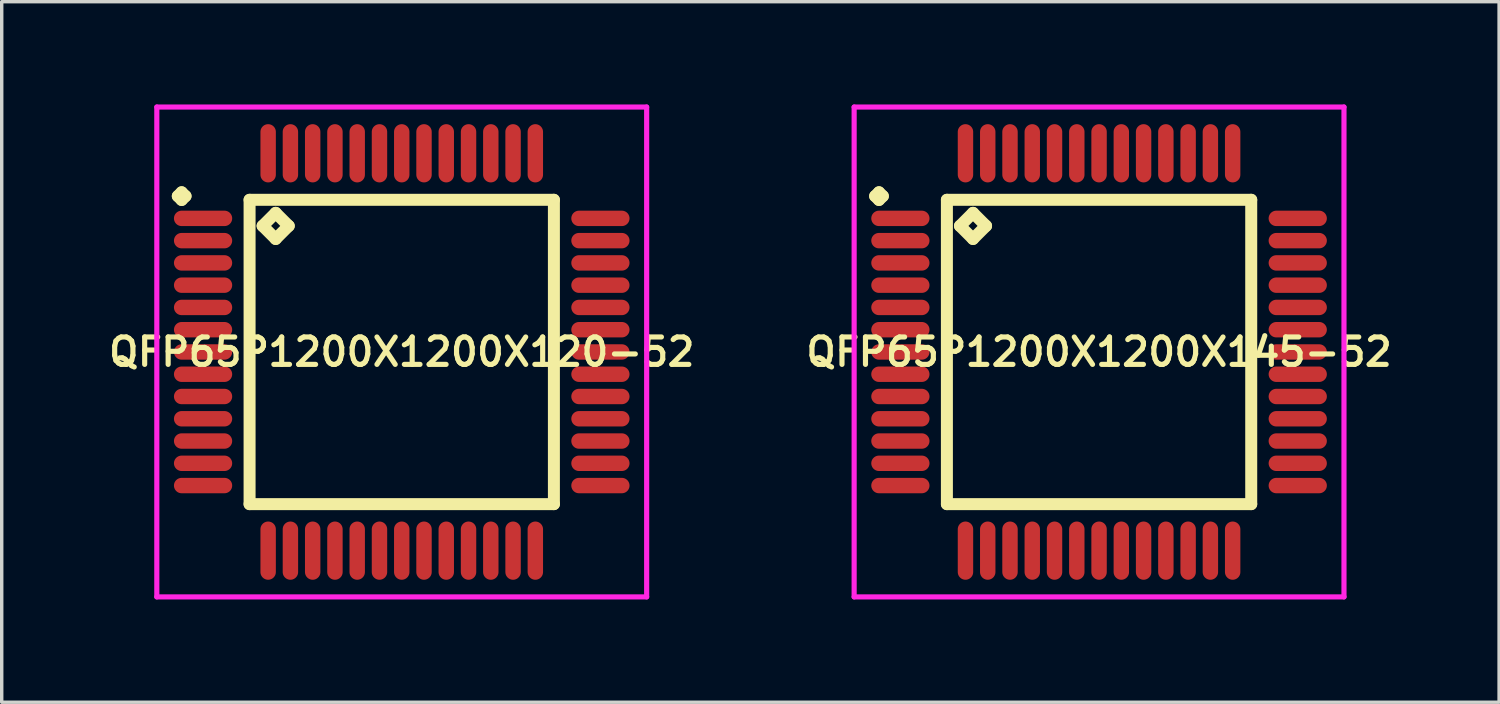
<source format=kicad_pcb>
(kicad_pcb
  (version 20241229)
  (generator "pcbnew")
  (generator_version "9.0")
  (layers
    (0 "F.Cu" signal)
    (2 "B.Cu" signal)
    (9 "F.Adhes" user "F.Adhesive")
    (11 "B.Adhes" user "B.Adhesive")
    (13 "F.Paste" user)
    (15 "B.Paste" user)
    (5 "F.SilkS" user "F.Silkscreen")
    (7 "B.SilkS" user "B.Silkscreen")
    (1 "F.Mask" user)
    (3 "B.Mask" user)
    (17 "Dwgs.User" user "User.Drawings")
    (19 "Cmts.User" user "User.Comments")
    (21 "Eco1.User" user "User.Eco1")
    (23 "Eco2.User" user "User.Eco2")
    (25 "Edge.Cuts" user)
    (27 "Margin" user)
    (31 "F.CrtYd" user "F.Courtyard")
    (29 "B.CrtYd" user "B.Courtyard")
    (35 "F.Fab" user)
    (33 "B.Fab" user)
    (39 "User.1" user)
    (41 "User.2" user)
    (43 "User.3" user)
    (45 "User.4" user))
  (footprint "QFP65P1200X1200X145-52"
    (layer "F.Cu")
    (at 29.035 7.225)
    (property "Reference" "QFP65P1200X1200X145-52" (at 0 0 0) (layer "F.SilkS") (effects (font (size 0.8 0.8) (thickness 0.15))))
    (attr smd)
    (fp_line (start -6.537 -4.55) (end -6.425 -4.662) (stroke (width 0.35) (type solid)) (layer "F.SilkS"))
    (fp_line (start -6.425 -4.662) (end -6.312 -4.55) (stroke (width 0.35) (type solid)) (layer "F.SilkS"))
    (fp_line (start -6.425 -4.438) (end -6.537 -4.55) (stroke (width 0.35) (type solid)) (layer "F.SilkS"))
    (fp_line (start -6.312 -4.55) (end -6.425 -4.438) (stroke (width 0.35) (type solid)) (layer "F.SilkS"))
    (fp_line (start -4.442 -4.442) (end -4.442 4.442) (stroke (width 0.35) (type solid)) (layer "F.SilkS"))
    (fp_line (start -4.442 4.442) (end 4.442 4.442) (stroke (width 0.35) (type solid)) (layer "F.SilkS"))
    (fp_line (start -4.061 -3.68) (end -3.68 -4.061) (stroke (width 0.35) (type solid)) (layer "F.SilkS"))
    (fp_line (start -3.68 -4.061) (end -3.299 -3.68) (stroke (width 0.35) (type solid)) (layer "F.SilkS"))
    (fp_line (start -3.68 -3.299) (end -4.061 -3.68) (stroke (width 0.35) (type solid)) (layer "F.SilkS"))
    (fp_line (start -3.299 -3.68) (end -3.68 -3.299) (stroke (width 0.35) (type solid)) (layer "F.SilkS"))
    (fp_line (start 4.442 -4.442) (end -4.442 -4.442) (stroke (width 0.35) (type solid)) (layer "F.SilkS"))
    (fp_line (start 4.442 4.442) (end 4.442 -4.442) (stroke (width 0.35) (type solid)) (layer "F.SilkS"))
    (fp_line (start -7.15 -7.15) (end 7.15 -7.15) (stroke (width 0.15) (type solid)) (layer "F.CrtYd"))
    (fp_line (start -7.15 7.15) (end -7.15 -7.15) (stroke (width 0.15) (type solid)) (layer "F.CrtYd"))
    (fp_line (start 7.15 -7.15) (end 7.15 7.15) (stroke (width 0.15) (type solid)) (layer "F.CrtYd"))
    (fp_line (start 7.15 7.15) (end -7.15 7.15) (stroke (width 0.15) (type solid)) (layer "F.CrtYd"))
    (pad "1" smd oval (at -5.8 -3.9) (size 1.7 0.45) (layers "F.Cu" "F.Mask" "F.Paste"))
    (pad "2" smd oval (at -5.8 -3.25) (size 1.7 0.45) (layers "F.Cu" "F.Mask" "F.Paste"))
    (pad "3" smd oval (at -5.8 -2.6) (size 1.7 0.45) (layers "F.Cu" "F.Mask" "F.Paste"))
    (pad "4" smd oval (at -5.8 -1.95) (size 1.7 0.45) (layers "F.Cu" "F.Mask" "F.Paste"))
    (pad "5" smd oval (at -5.8 -1.3) (size 1.7 0.45) (layers "F.Cu" "F.Mask" "F.Paste"))
    (pad "6" smd oval (at -5.8 -0.65) (size 1.7 0.45) (layers "F.Cu" "F.Mask" "F.Paste"))
    (pad "7" smd oval (at -5.8 0) (size 1.7 0.45) (layers "F.Cu" "F.Mask" "F.Paste"))
    (pad "8" smd oval (at -5.8 0.65) (size 1.7 0.45) (layers "F.Cu" "F.Mask" "F.Paste"))
    (pad "9" smd oval (at -5.8 1.3) (size 1.7 0.45) (layers "F.Cu" "F.Mask" "F.Paste"))
    (pad "10" smd oval (at -5.8 1.95) (size 1.7 0.45) (layers "F.Cu" "F.Mask" "F.Paste"))
    (pad "11" smd oval (at -5.8 2.6) (size 1.7 0.45) (layers "F.Cu" "F.Mask" "F.Paste"))
    (pad "12" smd oval (at -5.8 3.25) (size 1.7 0.45) (layers "F.Cu" "F.Mask" "F.Paste"))
    (pad "13" smd oval (at -5.8 3.9) (size 1.7 0.45) (layers "F.Cu" "F.Mask" "F.Paste"))
    (pad "14" smd oval (at -3.9 5.8) (size 0.45 1.7) (layers "F.Cu" "F.Mask" "F.Paste"))
    (pad "15" smd oval (at -3.25 5.8) (size 0.45 1.7) (layers "F.Cu" "F.Mask" "F.Paste"))
    (pad "16" smd oval (at -2.6 5.8) (size 0.45 1.7) (layers "F.Cu" "F.Mask" "F.Paste"))
    (pad "17" smd oval (at -1.95 5.8) (size 0.45 1.7) (layers "F.Cu" "F.Mask" "F.Paste"))
    (pad "18" smd oval (at -1.3 5.8) (size 0.45 1.7) (layers "F.Cu" "F.Mask" "F.Paste"))
    (pad "19" smd oval (at -0.65 5.8) (size 0.45 1.7) (layers "F.Cu" "F.Mask" "F.Paste"))
    (pad "20" smd oval (at 0 5.8) (size 0.45 1.7) (layers "F.Cu" "F.Mask" "F.Paste"))
    (pad "21" smd oval (at 0.65 5.8) (size 0.45 1.7) (layers "F.Cu" "F.Mask" "F.Paste"))
    (pad "22" smd oval (at 1.3 5.8) (size 0.45 1.7) (layers "F.Cu" "F.Mask" "F.Paste"))
    (pad "23" smd oval (at 1.95 5.8) (size 0.45 1.7) (layers "F.Cu" "F.Mask" "F.Paste"))
    (pad "24" smd oval (at 2.6 5.8) (size 0.45 1.7) (layers "F.Cu" "F.Mask" "F.Paste"))
    (pad "25" smd oval (at 3.25 5.8) (size 0.45 1.7) (layers "F.Cu" "F.Mask" "F.Paste"))
    (pad "26" smd oval (at 3.9 5.8) (size 0.45 1.7) (layers "F.Cu" "F.Mask" "F.Paste"))
    (pad "27" smd oval (at 5.8 3.9) (size 1.7 0.45) (layers "F.Cu" "F.Mask" "F.Paste"))
    (pad "28" smd oval (at 5.8 3.25) (size 1.7 0.45) (layers "F.Cu" "F.Mask" "F.Paste"))
    (pad "29" smd oval (at 5.8 2.6) (size 1.7 0.45) (layers "F.Cu" "F.Mask" "F.Paste"))
    (pad "30" smd oval (at 5.8 1.95) (size 1.7 0.45) (layers "F.Cu" "F.Mask" "F.Paste"))
    (pad "31" smd oval (at 5.8 1.3) (size 1.7 0.45) (layers "F.Cu" "F.Mask" "F.Paste"))
    (pad "32" smd oval (at 5.8 0.65) (size 1.7 0.45) (layers "F.Cu" "F.Mask" "F.Paste"))
    (pad "33" smd oval (at 5.8 0) (size 1.7 0.45) (layers "F.Cu" "F.Mask" "F.Paste"))
    (pad "34" smd oval (at 5.8 -0.65) (size 1.7 0.45) (layers "F.Cu" "F.Mask" "F.Paste"))
    (pad "35" smd oval (at 5.8 -1.3) (size 1.7 0.45) (layers "F.Cu" "F.Mask" "F.Paste"))
    (pad "36" smd oval (at 5.8 -1.95) (size 1.7 0.45) (layers "F.Cu" "F.Mask" "F.Paste"))
    (pad "37" smd oval (at 5.8 -2.6) (size 1.7 0.45) (layers "F.Cu" "F.Mask" "F.Paste"))
    (pad "38" smd oval (at 5.8 -3.25) (size 1.7 0.45) (layers "F.Cu" "F.Mask" "F.Paste"))
    (pad "39" smd oval (at 5.8 -3.9) (size 1.7 0.45) (layers "F.Cu" "F.Mask" "F.Paste"))
    (pad "40" smd oval (at 3.9 -5.8) (size 0.45 1.7) (layers "F.Cu" "F.Mask" "F.Paste"))
    (pad "41" smd oval (at 3.25 -5.8) (size 0.45 1.7) (layers "F.Cu" "F.Mask" "F.Paste"))
    (pad "42" smd oval (at 2.6 -5.8) (size 0.45 1.7) (layers "F.Cu" "F.Mask" "F.Paste"))
    (pad "43" smd oval (at 1.95 -5.8) (size 0.45 1.7) (layers "F.Cu" "F.Mask" "F.Paste"))
    (pad "44" smd oval (at 1.3 -5.8) (size 0.45 1.7) (layers "F.Cu" "F.Mask" "F.Paste"))
    (pad "45" smd oval (at 0.65 -5.8) (size 0.45 1.7) (layers "F.Cu" "F.Mask" "F.Paste"))
    (pad "46" smd oval (at 0 -5.8) (size 0.45 1.7) (layers "F.Cu" "F.Mask" "F.Paste"))
    (pad "47" smd oval (at -0.65 -5.8) (size 0.45 1.7) (layers "F.Cu" "F.Mask" "F.Paste"))
    (pad "48" smd oval (at -1.3 -5.8) (size 0.45 1.7) (layers "F.Cu" "F.Mask" "F.Paste"))
    (pad "49" smd oval (at -1.95 -5.8) (size 0.45 1.7) (layers "F.Cu" "F.Mask" "F.Paste"))
    (pad "50" smd oval (at -2.6 -5.8) (size 0.45 1.7) (layers "F.Cu" "F.Mask" "F.Paste"))
    (pad "51" smd oval (at -3.25 -5.8) (size 0.45 1.7) (layers "F.Cu" "F.Mask" "F.Paste"))
    (pad "52" smd oval (at -3.9 -5.8) (size 0.45 1.7) (layers "F.Cu" "F.Mask" "F.Paste")))
  (footprint "QFP65P1200X1200X120-52"
    (layer "F.Cu")
    (at 8.678 7.225)
    (property "Reference" "QFP65P1200X1200X120-52" (at 0 0 0) (layer "F.SilkS") (effects (font (size 0.8 0.8) (thickness 0.15))))
    (attr through_hole)
    (fp_line (start -6.537 -4.55) (end -6.425 -4.662) (stroke (width 0.35) (type solid)) (layer "F.SilkS"))
    (fp_line (start -6.425 -4.662) (end -6.312 -4.55) (stroke (width 0.35) (type solid)) (layer "F.SilkS"))
    (fp_line (start -6.425 -4.438) (end -6.537 -4.55) (stroke (width 0.35) (type solid)) (layer "F.SilkS"))
    (fp_line (start -6.312 -4.55) (end -6.425 -4.438) (stroke (width 0.35) (type solid)) (layer "F.SilkS"))
    (fp_line (start -4.442 -4.442) (end -4.442 4.442) (stroke (width 0.35) (type solid)) (layer "F.SilkS"))
    (fp_line (start -4.442 4.442) (end 4.442 4.442) (stroke (width 0.35) (type solid)) (layer "F.SilkS"))
    (fp_line (start -4.061 -3.68) (end -3.68 -4.061) (stroke (width 0.35) (type solid)) (layer "F.SilkS"))
    (fp_line (start -3.68 -4.061) (end -3.299 -3.68) (stroke (width 0.35) (type solid)) (layer "F.SilkS"))
    (fp_line (start -3.68 -3.299) (end -4.061 -3.68) (stroke (width 0.35) (type solid)) (layer "F.SilkS"))
    (fp_line (start -3.299 -3.68) (end -3.68 -3.299) (stroke (width 0.35) (type solid)) (layer "F.SilkS"))
    (fp_line (start 4.442 -4.442) (end -4.442 -4.442) (stroke (width 0.35) (type solid)) (layer "F.SilkS"))
    (fp_line (start 4.442 4.442) (end 4.442 -4.442) (stroke (width 0.35) (type solid)) (layer "F.SilkS"))
    (fp_line (start -7.15 -7.15) (end 7.15 -7.15) (stroke (width 0.15) (type solid)) (layer "F.CrtYd"))
    (fp_line (start -7.15 7.15) (end -7.15 -7.15) (stroke (width 0.15) (type solid)) (layer "F.CrtYd"))
    (fp_line (start 7.15 -7.15) (end 7.15 7.15) (stroke (width 0.15) (type solid)) (layer "F.CrtYd"))
    (fp_line (start 7.15 7.15) (end -7.15 7.15) (stroke (width 0.15) (type solid)) (layer "F.CrtYd"))
    (pad "1" smd oval (at -5.8 -3.9) (size 1.7 0.45) (layers "F.Cu" "F.Mask" "F.Paste"))
    (pad "2" smd oval (at -5.8 -3.25) (size 1.7 0.45) (layers "F.Cu" "F.Mask" "F.Paste"))
    (pad "3" smd oval (at -5.8 -2.6) (size 1.7 0.45) (layers "F.Cu" "F.Mask" "F.Paste"))
    (pad "4" smd oval (at -5.8 -1.95) (size 1.7 0.45) (layers "F.Cu" "F.Mask" "F.Paste"))
    (pad "5" smd oval (at -5.8 -1.3) (size 1.7 0.45) (layers "F.Cu" "F.Mask" "F.Paste"))
    (pad "6" smd oval (at -5.8 -0.65) (size 1.7 0.45) (layers "F.Cu" "F.Mask" "F.Paste"))
    (pad "7" smd oval (at -5.8 0) (size 1.7 0.45) (layers "F.Cu" "F.Mask" "F.Paste"))
    (pad "8" smd oval (at -5.8 0.65) (size 1.7 0.45) (layers "F.Cu" "F.Mask" "F.Paste"))
    (pad "9" smd oval (at -5.8 1.3) (size 1.7 0.45) (layers "F.Cu" "F.Mask" "F.Paste"))
    (pad "10" smd oval (at -5.8 1.95) (size 1.7 0.45) (layers "F.Cu" "F.Mask" "F.Paste"))
    (pad "11" smd oval (at -5.8 2.6) (size 1.7 0.45) (layers "F.Cu" "F.Mask" "F.Paste"))
    (pad "12" smd oval (at -5.8 3.25) (size 1.7 0.45) (layers "F.Cu" "F.Mask" "F.Paste"))
    (pad "13" smd oval (at -5.8 3.9) (size 1.7 0.45) (layers "F.Cu" "F.Mask" "F.Paste"))
    (pad "14" smd oval (at -3.9 5.8) (size 0.45 1.7) (layers "F.Cu" "F.Mask" "F.Paste"))
    (pad "15" smd oval (at -3.25 5.8) (size 0.45 1.7) (layers "F.Cu" "F.Mask" "F.Paste"))
    (pad "16" smd oval (at -2.6 5.8) (size 0.45 1.7) (layers "F.Cu" "F.Mask" "F.Paste"))
    (pad "17" smd oval (at -1.95 5.8) (size 0.45 1.7) (layers "F.Cu" "F.Mask" "F.Paste"))
    (pad "18" smd oval (at -1.3 5.8) (size 0.45 1.7) (layers "F.Cu" "F.Mask" "F.Paste"))
    (pad "19" smd oval (at -0.65 5.8) (size 0.45 1.7) (layers "F.Cu" "F.Mask" "F.Paste"))
    (pad "20" smd oval (at 0 5.8) (size 0.45 1.7) (layers "F.Cu" "F.Mask" "F.Paste"))
    (pad "21" smd oval (at 0.65 5.8) (size 0.45 1.7) (layers "F.Cu" "F.Mask" "F.Paste"))
    (pad "22" smd oval (at 1.3 5.8) (size 0.45 1.7) (layers "F.Cu" "F.Mask" "F.Paste"))
    (pad "23" smd oval (at 1.95 5.8) (size 0.45 1.7) (layers "F.Cu" "F.Mask" "F.Paste"))
    (pad "24" smd oval (at 2.6 5.8) (size 0.45 1.7) (layers "F.Cu" "F.Mask" "F.Paste"))
    (pad "25" smd oval (at 3.25 5.8) (size 0.45 1.7) (layers "F.Cu" "F.Mask" "F.Paste"))
    (pad "26" smd oval (at 3.9 5.8) (size 0.45 1.7) (layers "F.Cu" "F.Mask" "F.Paste"))
    (pad "27" smd oval (at 5.8 3.9) (size 1.7 0.45) (layers "F.Cu" "F.Mask" "F.Paste"))
    (pad "28" smd oval (at 5.8 3.25) (size 1.7 0.45) (layers "F.Cu" "F.Mask" "F.Paste"))
    (pad "29" smd oval (at 5.8 2.6) (size 1.7 0.45) (layers "F.Cu" "F.Mask" "F.Paste"))
    (pad "30" smd oval (at 5.8 1.95) (size 1.7 0.45) (layers "F.Cu" "F.Mask" "F.Paste"))
    (pad "31" smd oval (at 5.8 1.3) (size 1.7 0.45) (layers "F.Cu" "F.Mask" "F.Paste"))
    (pad "32" smd oval (at 5.8 0.65) (size 1.7 0.45) (layers "F.Cu" "F.Mask" "F.Paste"))
    (pad "33" smd oval (at 5.8 0) (size 1.7 0.45) (layers "F.Cu" "F.Mask" "F.Paste"))
    (pad "34" smd oval (at 5.8 -0.65) (size 1.7 0.45) (layers "F.Cu" "F.Mask" "F.Paste"))
    (pad "35" smd oval (at 5.8 -1.3) (size 1.7 0.45) (layers "F.Cu" "F.Mask" "F.Paste"))
    (pad "36" smd oval (at 5.8 -1.95) (size 1.7 0.45) (layers "F.Cu" "F.Mask" "F.Paste"))
    (pad "37" smd oval (at 5.8 -2.6) (size 1.7 0.45) (layers "F.Cu" "F.Mask" "F.Paste"))
    (pad "38" smd oval (at 5.8 -3.25) (size 1.7 0.45) (layers "F.Cu" "F.Mask" "F.Paste"))
    (pad "39" smd oval (at 5.8 -3.9) (size 1.7 0.45) (layers "F.Cu" "F.Mask" "F.Paste"))
    (pad "40" smd oval (at 3.9 -5.8) (size 0.45 1.7) (layers "F.Cu" "F.Mask" "F.Paste"))
    (pad "41" smd oval (at 3.25 -5.8) (size 0.45 1.7) (layers "F.Cu" "F.Mask" "F.Paste"))
    (pad "42" smd oval (at 2.6 -5.8) (size 0.45 1.7) (layers "F.Cu" "F.Mask" "F.Paste"))
    (pad "43" smd oval (at 1.95 -5.8) (size 0.45 1.7) (layers "F.Cu" "F.Mask" "F.Paste"))
    (pad "44" smd oval (at 1.3 -5.8) (size 0.45 1.7) (layers "F.Cu" "F.Mask" "F.Paste"))
    (pad "45" smd oval (at 0.65 -5.8) (size 0.45 1.7) (layers "F.Cu" "F.Mask" "F.Paste"))
    (pad "46" smd oval (at 0 -5.8) (size 0.45 1.7) (layers "F.Cu" "F.Mask" "F.Paste"))
    (pad "47" smd oval (at -0.65 -5.8) (size 0.45 1.7) (layers "F.Cu" "F.Mask" "F.Paste"))
    (pad "48" smd oval (at -1.3 -5.8) (size 0.45 1.7) (layers "F.Cu" "F.Mask" "F.Paste"))
    (pad "49" smd oval (at -1.95 -5.8) (size 0.45 1.7) (layers "F.Cu" "F.Mask" "F.Paste"))
    (pad "50" smd oval (at -2.6 -5.8) (size 0.45 1.7) (layers "F.Cu" "F.Mask" "F.Paste"))
    (pad "51" smd oval (at -3.25 -5.8) (size 0.45 1.7) (layers "F.Cu" "F.Mask" "F.Paste"))
    (pad "52" smd oval (at -3.9 -5.8) (size 0.45 1.7) (layers "F.Cu" "F.Mask" "F.Paste")))
  (gr_rect
    (start -3 -3)
    (end 40.713 17.45)
    (stroke (width 0.1) (type default))
    (fill no)
    (layer "Edge.Cuts")))
</source>
